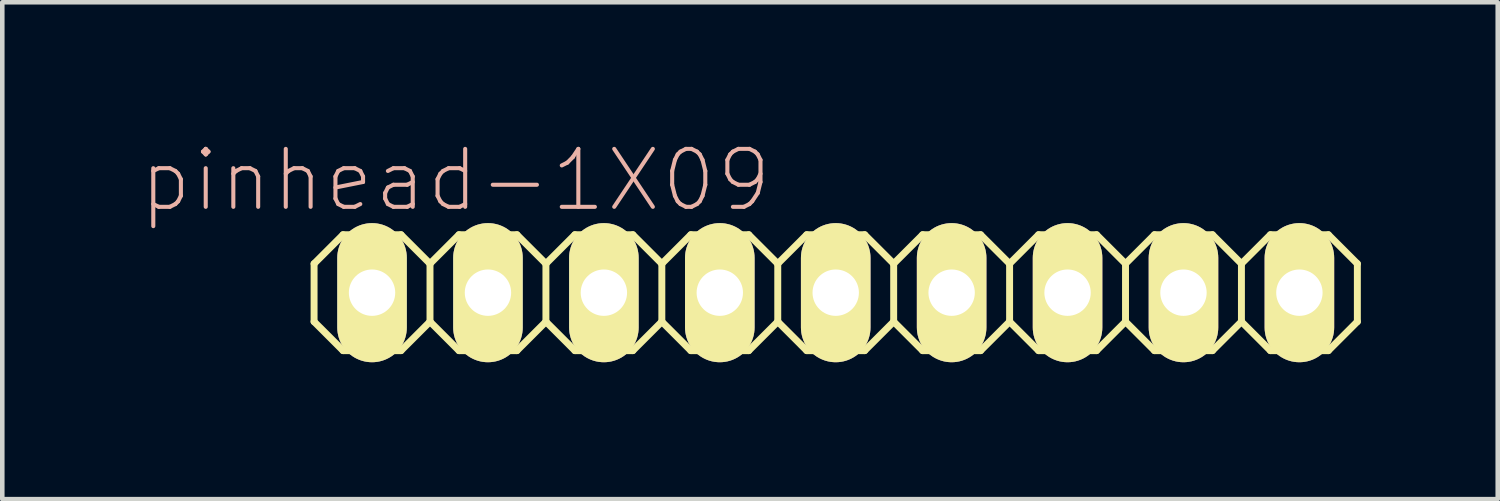
<source format=kicad_pcb>
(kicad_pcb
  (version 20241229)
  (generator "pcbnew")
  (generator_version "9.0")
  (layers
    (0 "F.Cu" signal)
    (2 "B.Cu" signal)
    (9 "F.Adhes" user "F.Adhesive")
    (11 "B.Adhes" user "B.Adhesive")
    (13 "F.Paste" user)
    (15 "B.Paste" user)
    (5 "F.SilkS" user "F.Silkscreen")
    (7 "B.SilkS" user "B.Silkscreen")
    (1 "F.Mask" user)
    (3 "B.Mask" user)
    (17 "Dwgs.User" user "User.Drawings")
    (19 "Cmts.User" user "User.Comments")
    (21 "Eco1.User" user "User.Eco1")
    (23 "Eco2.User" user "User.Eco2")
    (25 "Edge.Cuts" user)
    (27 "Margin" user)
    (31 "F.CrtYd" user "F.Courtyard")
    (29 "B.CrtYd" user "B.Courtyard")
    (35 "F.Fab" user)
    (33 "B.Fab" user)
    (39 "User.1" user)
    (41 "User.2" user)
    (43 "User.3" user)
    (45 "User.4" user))
  (footprint "pinhead-1X09"
    (layer "F.Cu")
    (at 15.262 3.363)
    (property "Reference" "pinhead-1X09" (at -8.331 -2.464 0) (layer "B.SilkS") (effects (font (size 1.27 1.27) (thickness 0.089))))
    (attr exclude_from_pos_files exclude_from_bom)
    (fp_line (start -11.43 -0.635) (end -11.43 0.635) (stroke (width 0.152) (type solid)) (layer "F.SilkS"))
    (fp_line (start -11.43 0.635) (end -10.795 1.27) (stroke (width 0.152) (type solid)) (layer "F.SilkS"))
    (fp_line (start -10.795 -1.27) (end -11.43 -0.635) (stroke (width 0.152) (type solid)) (layer "F.SilkS"))
    (fp_line (start -10.795 -1.27) (end -9.525 -1.27) (stroke (width 0.152) (type solid)) (layer "F.SilkS"))
    (fp_line (start -10.414 -0.254) (end -9.906 -0.254) (stroke (width 0.066) (type solid)) (layer "F.SilkS"))
    (fp_line (start -10.414 0.254) (end -10.414 -0.254) (stroke (width 0.066) (type solid)) (layer "F.SilkS"))
    (fp_line (start -10.414 0.254) (end -9.906 0.254) (stroke (width 0.066) (type solid)) (layer "F.SilkS"))
    (fp_line (start -9.906 0.254) (end -9.906 -0.254) (stroke (width 0.066) (type solid)) (layer "F.SilkS"))
    (fp_line (start -9.525 -1.27) (end -8.89 -0.635) (stroke (width 0.152) (type solid)) (layer "F.SilkS"))
    (fp_line (start -9.525 1.27) (end -10.795 1.27) (stroke (width 0.152) (type solid)) (layer "F.SilkS"))
    (fp_line (start -8.89 -0.635) (end -8.89 0.635) (stroke (width 0.152) (type solid)) (layer "F.SilkS"))
    (fp_line (start -8.89 -0.635) (end -8.255 -1.27) (stroke (width 0.152) (type solid)) (layer "F.SilkS"))
    (fp_line (start -8.89 0.635) (end -9.525 1.27) (stroke (width 0.152) (type solid)) (layer "F.SilkS"))
    (fp_line (start -8.255 -1.27) (end -6.985 -1.27) (stroke (width 0.152) (type solid)) (layer "F.SilkS"))
    (fp_line (start -8.255 1.27) (end -8.89 0.635) (stroke (width 0.152) (type solid)) (layer "F.SilkS"))
    (fp_line (start -7.874 -0.254) (end -7.366 -0.254) (stroke (width 0.066) (type solid)) (layer "F.SilkS"))
    (fp_line (start -7.874 0.254) (end -7.874 -0.254) (stroke (width 0.066) (type solid)) (layer "F.SilkS"))
    (fp_line (start -7.874 0.254) (end -7.366 0.254) (stroke (width 0.066) (type solid)) (layer "F.SilkS"))
    (fp_line (start -7.366 0.254) (end -7.366 -0.254) (stroke (width 0.066) (type solid)) (layer "F.SilkS"))
    (fp_line (start -6.985 -1.27) (end -6.35 -0.635) (stroke (width 0.152) (type solid)) (layer "F.SilkS"))
    (fp_line (start -6.985 1.27) (end -8.255 1.27) (stroke (width 0.152) (type solid)) (layer "F.SilkS"))
    (fp_line (start -6.35 -0.635) (end -6.35 0.635) (stroke (width 0.152) (type solid)) (layer "F.SilkS"))
    (fp_line (start -6.35 -0.635) (end -5.715 -1.27) (stroke (width 0.152) (type solid)) (layer "F.SilkS"))
    (fp_line (start -6.35 0.635) (end -6.985 1.27) (stroke (width 0.152) (type solid)) (layer "F.SilkS"))
    (fp_line (start -5.715 -1.27) (end -4.445 -1.27) (stroke (width 0.152) (type solid)) (layer "F.SilkS"))
    (fp_line (start -5.715 1.27) (end -6.35 0.635) (stroke (width 0.152) (type solid)) (layer "F.SilkS"))
    (fp_line (start -5.334 -0.254) (end -4.826 -0.254) (stroke (width 0.066) (type solid)) (layer "F.SilkS"))
    (fp_line (start -5.334 0.254) (end -5.334 -0.254) (stroke (width 0.066) (type solid)) (layer "F.SilkS"))
    (fp_line (start -5.334 0.254) (end -4.826 0.254) (stroke (width 0.066) (type solid)) (layer "F.SilkS"))
    (fp_line (start -4.826 0.254) (end -4.826 -0.254) (stroke (width 0.066) (type solid)) (layer "F.SilkS"))
    (fp_line (start -4.445 -1.27) (end -3.81 -0.635) (stroke (width 0.152) (type solid)) (layer "F.SilkS"))
    (fp_line (start -4.445 1.27) (end -5.715 1.27) (stroke (width 0.152) (type solid)) (layer "F.SilkS"))
    (fp_line (start -3.81 -0.635) (end -3.81 0.635) (stroke (width 0.152) (type solid)) (layer "F.SilkS"))
    (fp_line (start -3.81 0.635) (end -4.445 1.27) (stroke (width 0.152) (type solid)) (layer "F.SilkS"))
    (fp_line (start -3.81 0.635) (end -3.175 1.27) (stroke (width 0.152) (type solid)) (layer "F.SilkS"))
    (fp_line (start -3.175 -1.27) (end -3.81 -0.635) (stroke (width 0.152) (type solid)) (layer "F.SilkS"))
    (fp_line (start -3.175 -1.27) (end -1.905 -1.27) (stroke (width 0.152) (type solid)) (layer "F.SilkS"))
    (fp_line (start -2.794 -0.254) (end -2.286 -0.254) (stroke (width 0.066) (type solid)) (layer "F.SilkS"))
    (fp_line (start -2.794 0.254) (end -2.794 -0.254) (stroke (width 0.066) (type solid)) (layer "F.SilkS"))
    (fp_line (start -2.794 0.254) (end -2.286 0.254) (stroke (width 0.066) (type solid)) (layer "F.SilkS"))
    (fp_line (start -2.286 0.254) (end -2.286 -0.254) (stroke (width 0.066) (type solid)) (layer "F.SilkS"))
    (fp_line (start -1.905 -1.27) (end -1.27 -0.635) (stroke (width 0.152) (type solid)) (layer "F.SilkS"))
    (fp_line (start -1.905 1.27) (end -3.175 1.27) (stroke (width 0.152) (type solid)) (layer "F.SilkS"))
    (fp_line (start -1.27 -0.635) (end -1.27 0.635) (stroke (width 0.152) (type solid)) (layer "F.SilkS"))
    (fp_line (start -1.27 -0.635) (end -0.635 -1.27) (stroke (width 0.152) (type solid)) (layer "F.SilkS"))
    (fp_line (start -1.27 0.635) (end -1.905 1.27) (stroke (width 0.152) (type solid)) (layer "F.SilkS"))
    (fp_line (start -0.635 -1.27) (end 0.635 -1.27) (stroke (width 0.152) (type solid)) (layer "F.SilkS"))
    (fp_line (start -0.635 1.27) (end -1.27 0.635) (stroke (width 0.152) (type solid)) (layer "F.SilkS"))
    (fp_line (start -0.254 -0.254) (end 0.254 -0.254) (stroke (width 0.066) (type solid)) (layer "F.SilkS"))
    (fp_line (start -0.254 0.254) (end -0.254 -0.254) (stroke (width 0.066) (type solid)) (layer "F.SilkS"))
    (fp_line (start -0.254 0.254) (end 0.254 0.254) (stroke (width 0.066) (type solid)) (layer "F.SilkS"))
    (fp_line (start 0.254 0.254) (end 0.254 -0.254) (stroke (width 0.066) (type solid)) (layer "F.SilkS"))
    (fp_line (start 0.635 -1.27) (end 1.27 -0.635) (stroke (width 0.152) (type solid)) (layer "F.SilkS"))
    (fp_line (start 0.635 1.27) (end -0.635 1.27) (stroke (width 0.152) (type solid)) (layer "F.SilkS"))
    (fp_line (start 1.27 -0.635) (end 1.27 0.635) (stroke (width 0.152) (type solid)) (layer "F.SilkS"))
    (fp_line (start 1.27 -0.635) (end 1.905 -1.27) (stroke (width 0.152) (type solid)) (layer "F.SilkS"))
    (fp_line (start 1.27 0.635) (end 0.635 1.27) (stroke (width 0.152) (type solid)) (layer "F.SilkS"))
    (fp_line (start 1.905 -1.27) (end 3.175 -1.27) (stroke (width 0.152) (type solid)) (layer "F.SilkS"))
    (fp_line (start 1.905 1.27) (end 1.27 0.635) (stroke (width 0.152) (type solid)) (layer "F.SilkS"))
    (fp_line (start 2.286 -0.254) (end 2.794 -0.254) (stroke (width 0.066) (type solid)) (layer "F.SilkS"))
    (fp_line (start 2.286 0.254) (end 2.286 -0.254) (stroke (width 0.066) (type solid)) (layer "F.SilkS"))
    (fp_line (start 2.286 0.254) (end 2.794 0.254) (stroke (width 0.066) (type solid)) (layer "F.SilkS"))
    (fp_line (start 2.794 0.254) (end 2.794 -0.254) (stroke (width 0.066) (type solid)) (layer "F.SilkS"))
    (fp_line (start 3.175 -1.27) (end 3.81 -0.635) (stroke (width 0.152) (type solid)) (layer "F.SilkS"))
    (fp_line (start 3.175 1.27) (end 1.905 1.27) (stroke (width 0.152) (type solid)) (layer "F.SilkS"))
    (fp_line (start 3.81 -0.635) (end 3.81 0.635) (stroke (width 0.152) (type solid)) (layer "F.SilkS"))
    (fp_line (start 3.81 0.635) (end 3.175 1.27) (stroke (width 0.152) (type solid)) (layer "F.SilkS"))
    (fp_line (start 3.81 0.635) (end 4.445 1.27) (stroke (width 0.152) (type solid)) (layer "F.SilkS"))
    (fp_line (start 4.445 -1.27) (end 3.81 -0.635) (stroke (width 0.152) (type solid)) (layer "F.SilkS"))
    (fp_line (start 4.445 -1.27) (end 5.715 -1.27) (stroke (width 0.152) (type solid)) (layer "F.SilkS"))
    (fp_line (start 4.826 -0.254) (end 5.334 -0.254) (stroke (width 0.066) (type solid)) (layer "F.SilkS"))
    (fp_line (start 4.826 0.254) (end 4.826 -0.254) (stroke (width 0.066) (type solid)) (layer "F.SilkS"))
    (fp_line (start 4.826 0.254) (end 5.334 0.254) (stroke (width 0.066) (type solid)) (layer "F.SilkS"))
    (fp_line (start 5.334 0.254) (end 5.334 -0.254) (stroke (width 0.066) (type solid)) (layer "F.SilkS"))
    (fp_line (start 5.715 -1.27) (end 6.35 -0.635) (stroke (width 0.152) (type solid)) (layer "F.SilkS"))
    (fp_line (start 5.715 1.27) (end 4.445 1.27) (stroke (width 0.152) (type solid)) (layer "F.SilkS"))
    (fp_line (start 6.35 -0.635) (end 6.35 0.635) (stroke (width 0.152) (type solid)) (layer "F.SilkS"))
    (fp_line (start 6.35 -0.635) (end 6.985 -1.27) (stroke (width 0.152) (type solid)) (layer "F.SilkS"))
    (fp_line (start 6.35 0.635) (end 5.715 1.27) (stroke (width 0.152) (type solid)) (layer "F.SilkS"))
    (fp_line (start 6.985 -1.27) (end 8.255 -1.27) (stroke (width 0.152) (type solid)) (layer "F.SilkS"))
    (fp_line (start 6.985 1.27) (end 6.35 0.635) (stroke (width 0.152) (type solid)) (layer "F.SilkS"))
    (fp_line (start 7.366 -0.254) (end 7.874 -0.254) (stroke (width 0.066) (type solid)) (layer "F.SilkS"))
    (fp_line (start 7.366 0.254) (end 7.366 -0.254) (stroke (width 0.066) (type solid)) (layer "F.SilkS"))
    (fp_line (start 7.366 0.254) (end 7.874 0.254) (stroke (width 0.066) (type solid)) (layer "F.SilkS"))
    (fp_line (start 7.874 0.254) (end 7.874 -0.254) (stroke (width 0.066) (type solid)) (layer "F.SilkS"))
    (fp_line (start 8.255 -1.27) (end 8.89 -0.635) (stroke (width 0.152) (type solid)) (layer "F.SilkS"))
    (fp_line (start 8.255 1.27) (end 6.985 1.27) (stroke (width 0.152) (type solid)) (layer "F.SilkS"))
    (fp_line (start 8.89 -0.635) (end 8.89 0.635) (stroke (width 0.152) (type solid)) (layer "F.SilkS"))
    (fp_line (start 8.89 0.635) (end 8.255 1.27) (stroke (width 0.152) (type solid)) (layer "F.SilkS"))
    (fp_line (start 8.89 0.635) (end 9.525 1.27) (stroke (width 0.152) (type solid)) (layer "F.SilkS"))
    (fp_line (start 9.525 -1.27) (end 8.89 -0.635) (stroke (width 0.152) (type solid)) (layer "F.SilkS"))
    (fp_line (start 9.525 -1.27) (end 10.795 -1.27) (stroke (width 0.152) (type solid)) (layer "F.SilkS"))
    (fp_line (start 9.906 -0.254) (end 10.414 -0.254) (stroke (width 0.066) (type solid)) (layer "F.SilkS"))
    (fp_line (start 9.906 0.254) (end 9.906 -0.254) (stroke (width 0.066) (type solid)) (layer "F.SilkS"))
    (fp_line (start 9.906 0.254) (end 10.414 0.254) (stroke (width 0.066) (type solid)) (layer "F.SilkS"))
    (fp_line (start 10.414 0.254) (end 10.414 -0.254) (stroke (width 0.066) (type solid)) (layer "F.SilkS"))
    (fp_line (start 10.795 -1.27) (end 11.43 -0.635) (stroke (width 0.152) (type solid)) (layer "F.SilkS"))
    (fp_line (start 10.795 1.27) (end 9.525 1.27) (stroke (width 0.152) (type solid)) (layer "F.SilkS"))
    (fp_line (start 11.43 -0.635) (end 11.43 0.635) (stroke (width 0.152) (type solid)) (layer "F.SilkS"))
    (fp_line (start 11.43 0.635) (end 10.795 1.27) (stroke (width 0.152) (type solid)) (layer "F.SilkS"))
    (pad "1" thru_hole oval (at -10.16 0) (size 1.524 3.048) (drill 1.016) (layers "*.Cu" "F.Mask" "F.SilkS" "F.Paste"))
    (pad "2" thru_hole oval (at -7.62 0) (size 1.524 3.048) (drill 1.016) (layers "*.Cu" "F.Mask" "F.SilkS" "F.Paste"))
    (pad "3" thru_hole oval (at -5.08 0) (size 1.524 3.048) (drill 1.016) (layers "*.Cu" "F.Mask" "F.SilkS" "F.Paste"))
    (pad "4" thru_hole oval (at -2.54 0) (size 1.524 3.048) (drill 1.016) (layers "*.Cu" "F.Mask" "F.SilkS" "F.Paste"))
    (pad "5" thru_hole oval (at 0 0) (size 1.524 3.048) (drill 1.016) (layers "*.Cu" "F.Mask" "F.SilkS" "F.Paste"))
    (pad "6" thru_hole oval (at 2.54 0) (size 1.524 3.048) (drill 1.016) (layers "*.Cu" "F.Mask" "F.SilkS" "F.Paste"))
    (pad "7" thru_hole oval (at 5.08 0) (size 1.524 3.048) (drill 1.016) (layers "*.Cu" "F.Mask" "F.SilkS" "F.Paste"))
    (pad "8" thru_hole oval (at 7.62 0) (size 1.524 3.048) (drill 1.016) (layers "*.Cu" "F.Mask" "F.SilkS" "F.Paste"))
    (pad "9" thru_hole oval (at 10.16 0) (size 1.524 3.048) (drill 1.016) (layers "*.Cu" "F.Mask" "F.SilkS" "F.Paste")))
  (gr_rect
    (start -3 -3)
    (end 29.768 7.887)
    (stroke (width 0.1) (type default))
    (fill no)
    (layer "Edge.Cuts")))
</source>
